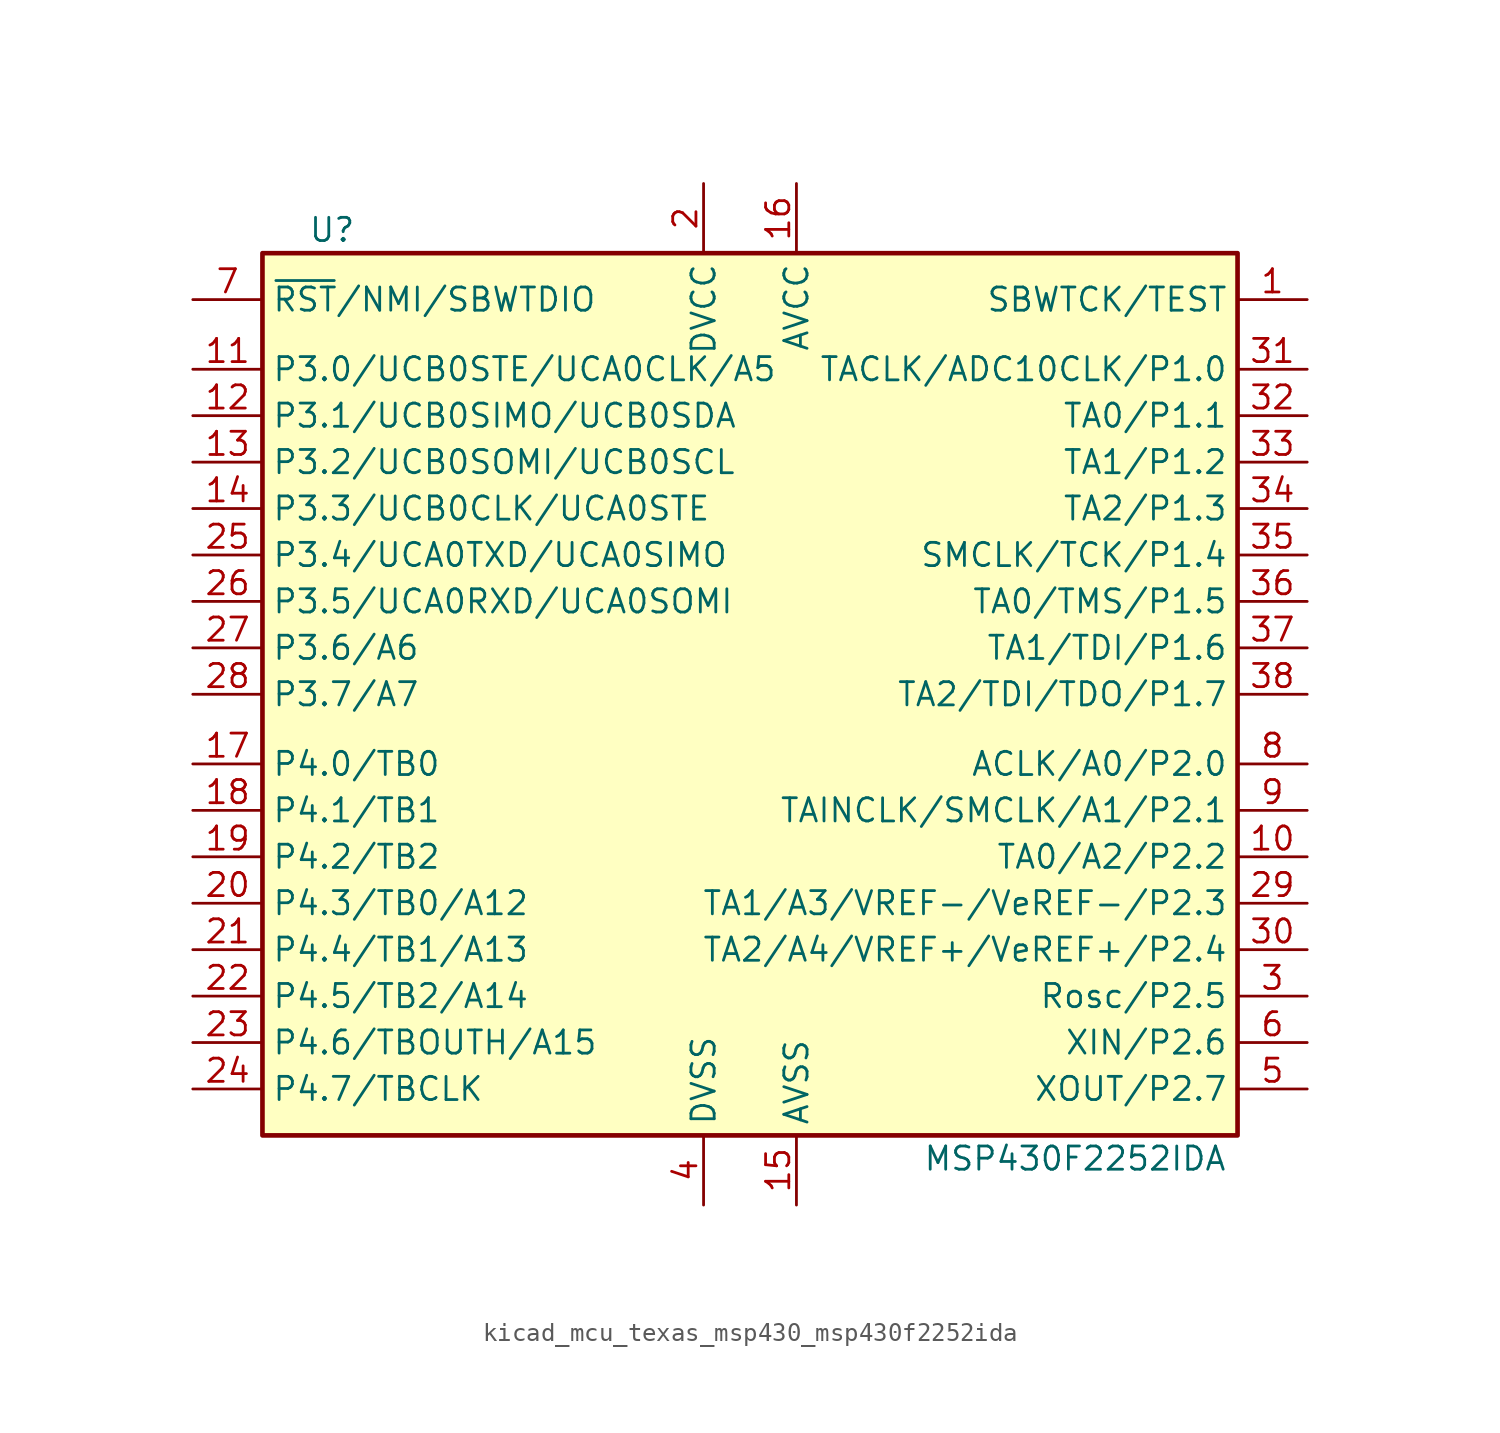
<source format=kicad_sym>
(kicad_symbol_lib
  (version 20220914)
  (generator kicad_symbol_editor)
  (symbol "kicad_mcu_texas_msp430_msp430f2252ida"
    (property "Reference" "U"
      (at -22.86 25.4 0)
      (effects (font (size 1.27 1.27))))
    (property "Value" "MSP430F2252IDA"
      (at 17.78 -25.4 0)
      (effects (font (size 1.27 1.27))))
    (symbol "kicad_mcu_texas_msp430_msp430f2252ida_0_1"
      (rectangle (start -26.67 24.13) (end 26.67 -24.13) (stroke (width 0.254) (type default)) (fill (type background))))
    (symbol "kicad_mcu_texas_msp430_msp430f2252ida_1_1"
      (pin input line (at 30.48 21.59 180) (length 3.81) (name "SBWTCK/TEST" (effects (font (size 1.27 1.27)))) (number "1" (effects (font (size 1.27 1.27)))))
      (pin bidirectional line (at 30.48 -8.89 180) (length 3.81) (name "TA0/A2/P2.2" (effects (font (size 1.27 1.27)))) (number "10" (effects (font (size 1.27 1.27)))))
      (pin bidirectional line (at -30.48 17.78 0) (length 3.81) (name "P3.0/UCB0STE/UCA0CLK/A5" (effects (font (size 1.27 1.27)))) (number "11" (effects (font (size 1.27 1.27)))))
      (pin bidirectional line (at -30.48 15.24 0) (length 3.81) (name "P3.1/UCB0SIMO/UCB0SDA" (effects (font (size 1.27 1.27)))) (number "12" (effects (font (size 1.27 1.27)))))
      (pin bidirectional line (at -30.48 12.7 0) (length 3.81) (name "P3.2/UCB0SOMI/UCB0SCL" (effects (font (size 1.27 1.27)))) (number "13" (effects (font (size 1.27 1.27)))))
      (pin bidirectional line (at -30.48 10.16 0) (length 3.81) (name "P3.3/UCB0CLK/UCA0STE" (effects (font (size 1.27 1.27)))) (number "14" (effects (font (size 1.27 1.27)))))
      (pin power_in line (at 2.54 -27.94 90) (length 3.81) (name "AVSS" (effects (font (size 1.27 1.27)))) (number "15" (effects (font (size 1.27 1.27)))))
      (pin power_in line (at 2.54 27.94 270) (length 3.81) (name "AVCC" (effects (font (size 1.27 1.27)))) (number "16" (effects (font (size 1.27 1.27)))))
      (pin bidirectional line (at -30.48 -3.81 0) (length 3.81) (name "P4.0/TB0" (effects (font (size 1.27 1.27)))) (number "17" (effects (font (size 1.27 1.27)))))
      (pin bidirectional line (at -30.48 -6.35 0) (length 3.81) (name "P4.1/TB1" (effects (font (size 1.27 1.27)))) (number "18" (effects (font (size 1.27 1.27)))))
      (pin bidirectional line (at -30.48 -8.89 0) (length 3.81) (name "P4.2/TB2" (effects (font (size 1.27 1.27)))) (number "19" (effects (font (size 1.27 1.27)))))
      (pin power_in line (at -2.54 27.94 270) (length 3.81) (name "DVCC" (effects (font (size 1.27 1.27)))) (number "2" (effects (font (size 1.27 1.27)))))
      (pin bidirectional line (at -30.48 -11.43 0) (length 3.81) (name "P4.3/TB0/A12" (effects (font (size 1.27 1.27)))) (number "20" (effects (font (size 1.27 1.27)))))
      (pin bidirectional line (at -30.48 -13.97 0) (length 3.81) (name "P4.4/TB1/A13" (effects (font (size 1.27 1.27)))) (number "21" (effects (font (size 1.27 1.27)))))
      (pin bidirectional line (at -30.48 -16.51 0) (length 3.81) (name "P4.5/TB2/A14" (effects (font (size 1.27 1.27)))) (number "22" (effects (font (size 1.27 1.27)))))
      (pin bidirectional line (at -30.48 -19.05 0) (length 3.81) (name "P4.6/TBOUTH/A15" (effects (font (size 1.27 1.27)))) (number "23" (effects (font (size 1.27 1.27)))))
      (pin bidirectional line (at -30.48 -21.59 0) (length 3.81) (name "P4.7/TBCLK" (effects (font (size 1.27 1.27)))) (number "24" (effects (font (size 1.27 1.27)))))
      (pin bidirectional line (at -30.48 7.62 0) (length 3.81) (name "P3.4/UCA0TXD/UCA0SIMO" (effects (font (size 1.27 1.27)))) (number "25" (effects (font (size 1.27 1.27)))))
      (pin bidirectional line (at -30.48 5.08 0) (length 3.81) (name "P3.5/UCA0RXD/UCA0SOMI" (effects (font (size 1.27 1.27)))) (number "26" (effects (font (size 1.27 1.27)))))
      (pin bidirectional line (at -30.48 2.54 0) (length 3.81) (name "P3.6/A6" (effects (font (size 1.27 1.27)))) (number "27" (effects (font (size 1.27 1.27)))))
      (pin bidirectional line (at -30.48 0 0) (length 3.81) (name "P3.7/A7" (effects (font (size 1.27 1.27)))) (number "28" (effects (font (size 1.27 1.27)))))
      (pin bidirectional line (at 30.48 -11.43 180) (length 3.81) (name "TA1/A3/VREF-/VeREF-/P2.3" (effects (font (size 1.27 1.27)))) (number "29" (effects (font (size 1.27 1.27)))))
      (pin bidirectional line (at 30.48 -16.51 180) (length 3.81) (name "Rosc/P2.5" (effects (font (size 1.27 1.27)))) (number "3" (effects (font (size 1.27 1.27)))))
      (pin bidirectional line (at 30.48 -13.97 180) (length 3.81) (name "TA2/A4/VREF+/VeREF+/P2.4" (effects (font (size 1.27 1.27)))) (number "30" (effects (font (size 1.27 1.27)))))
      (pin bidirectional line (at 30.48 17.78 180) (length 3.81) (name "TACLK/ADC10CLK/P1.0" (effects (font (size 1.27 1.27)))) (number "31" (effects (font (size 1.27 1.27)))))
      (pin bidirectional line (at 30.48 15.24 180) (length 3.81) (name "TA0/P1.1" (effects (font (size 1.27 1.27)))) (number "32" (effects (font (size 1.27 1.27)))))
      (pin bidirectional line (at 30.48 12.7 180) (length 3.81) (name "TA1/P1.2" (effects (font (size 1.27 1.27)))) (number "33" (effects (font (size 1.27 1.27)))))
      (pin bidirectional line (at 30.48 10.16 180) (length 3.81) (name "TA2/P1.3" (effects (font (size 1.27 1.27)))) (number "34" (effects (font (size 1.27 1.27)))))
      (pin bidirectional line (at 30.48 7.62 180) (length 3.81) (name "SMCLK/TCK/P1.4" (effects (font (size 1.27 1.27)))) (number "35" (effects (font (size 1.27 1.27)))))
      (pin bidirectional line (at 30.48 5.08 180) (length 3.81) (name "TA0/TMS/P1.5" (effects (font (size 1.27 1.27)))) (number "36" (effects (font (size 1.27 1.27)))))
      (pin bidirectional line (at 30.48 2.54 180) (length 3.81) (name "TA1/TDI/P1.6" (effects (font (size 1.27 1.27)))) (number "37" (effects (font (size 1.27 1.27)))))
      (pin bidirectional line (at 30.48 0 180) (length 3.81) (name "TA2/TDI/TDO/P1.7" (effects (font (size 1.27 1.27)))) (number "38" (effects (font (size 1.27 1.27)))))
      (pin power_in line (at -2.54 -27.94 90) (length 3.81) (name "DVSS" (effects (font (size 1.27 1.27)))) (number "4" (effects (font (size 1.27 1.27)))))
      (pin bidirectional line (at 30.48 -21.59 180) (length 3.81) (name "XOUT/P2.7" (effects (font (size 1.27 1.27)))) (number "5" (effects (font (size 1.27 1.27)))))
      (pin bidirectional line (at 30.48 -19.05 180) (length 3.81) (name "XIN/P2.6" (effects (font (size 1.27 1.27)))) (number "6" (effects (font (size 1.27 1.27)))))
      (pin bidirectional line (at -30.48 21.59 0) (length 3.81) (name "~{RST}/NMI/SBWTDIO" (effects (font (size 1.27 1.27)))) (number "7" (effects (font (size 1.27 1.27)))))
      (pin bidirectional line (at 30.48 -3.81 180) (length 3.81) (name "ACLK/A0/P2.0" (effects (font (size 1.27 1.27)))) (number "8" (effects (font (size 1.27 1.27)))))
      (pin bidirectional line (at 30.48 -6.35 180) (length 3.81) (name "TAINCLK/SMCLK/A1/P2.1" (effects (font (size 1.27 1.27)))) (number "9" (effects (font (size 1.27 1.27))))))))
</source>
